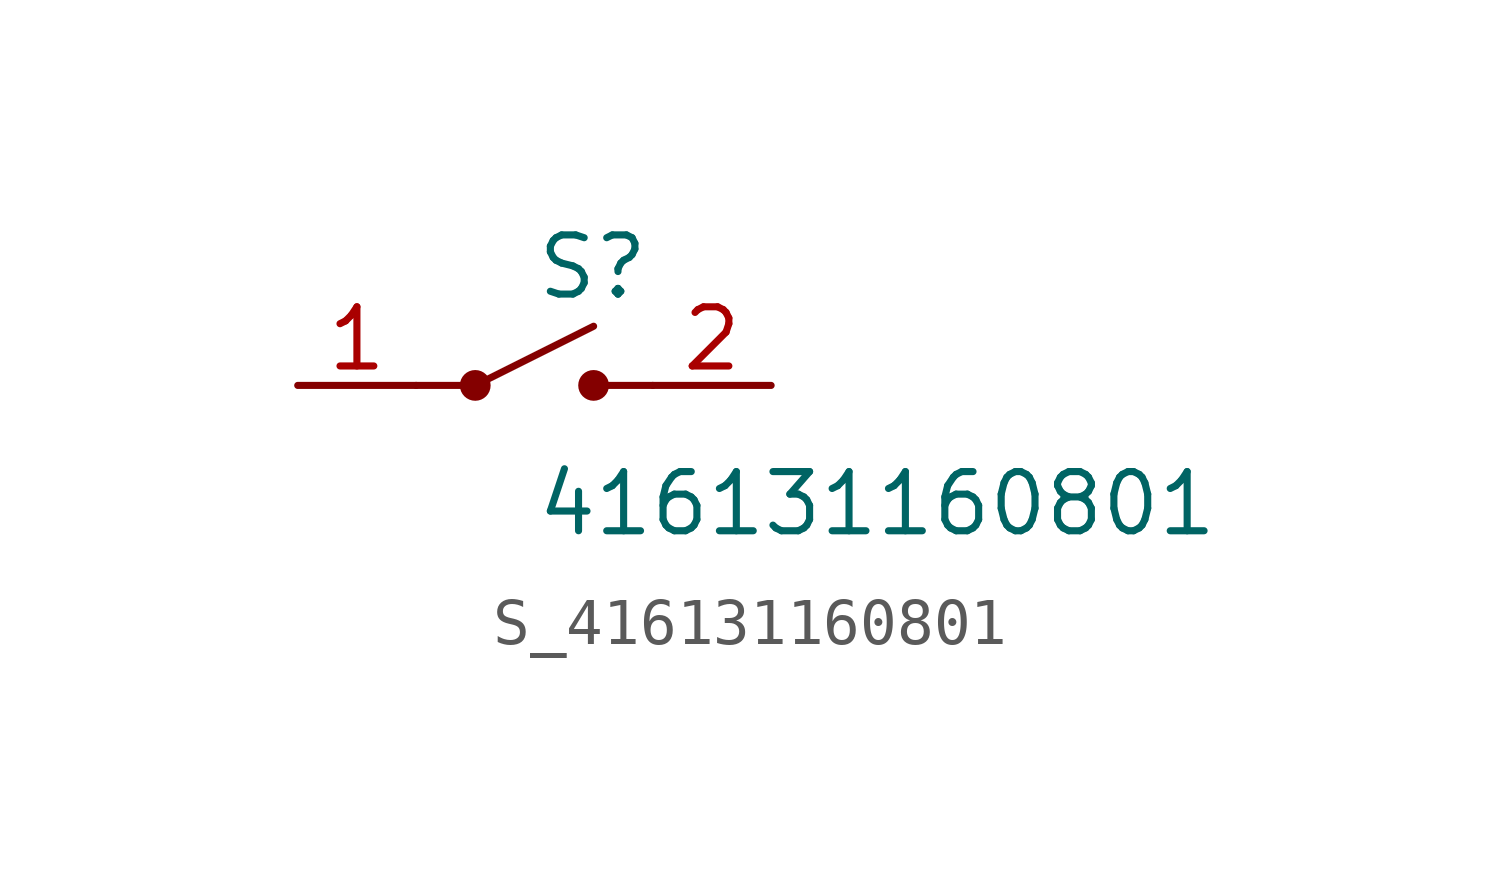
<source format=kicad_sym>
(kicad_symbol_lib
  (version 20231120)
  (generator kicad_symbol_editor)
  (generator_version 8.0)
  (symbol "S_416131160801"
    (pin_names
      (offset 0.254))
    (property "Reference" "S"
      (at 0 2.54 0)
      (effects (font (size 1.27 1.27)) (justify left)))
    (property "Value" "416131160801"
      (at 0 -2.54 0)
      (effects (font (size 1.27 1.27)) (justify left)))
    (symbol "S_416131160801_0_0"
      (pin passive line (at -5.08 0.0 0) (length 2.54) (name "" (effects (font (size 1.27 1.27)))) (number "1" (effects (font (size 1.27 1.27)))))
      (pin passive line (at 5.08 0.0 180) (length 2.54) (name "" (effects (font (size 1.27 1.27)))) (number "2" (effects (font (size 1.27 1.27)))))
      (polyline (pts (xy -2.54 0.0) (xy -1.27 0.0) (xy 1.27 1.27)) (stroke (width 0) (type default)) (fill (type none)))
      (circle (center -1.27 0.0) (radius 0.254) (stroke (width 0) (type solid)) (fill (type outline)))
      (circle (center 1.27 0.0) (radius 0.254) (stroke (width 0) (type solid)) (fill (type outline)))
      (polyline (pts (xy 2.54 0.0) (xy 1.27 0.0)) (stroke (width 0) (type default)) (fill (type none))))
    (symbol "S_416131160801_1_0")))
</source>
